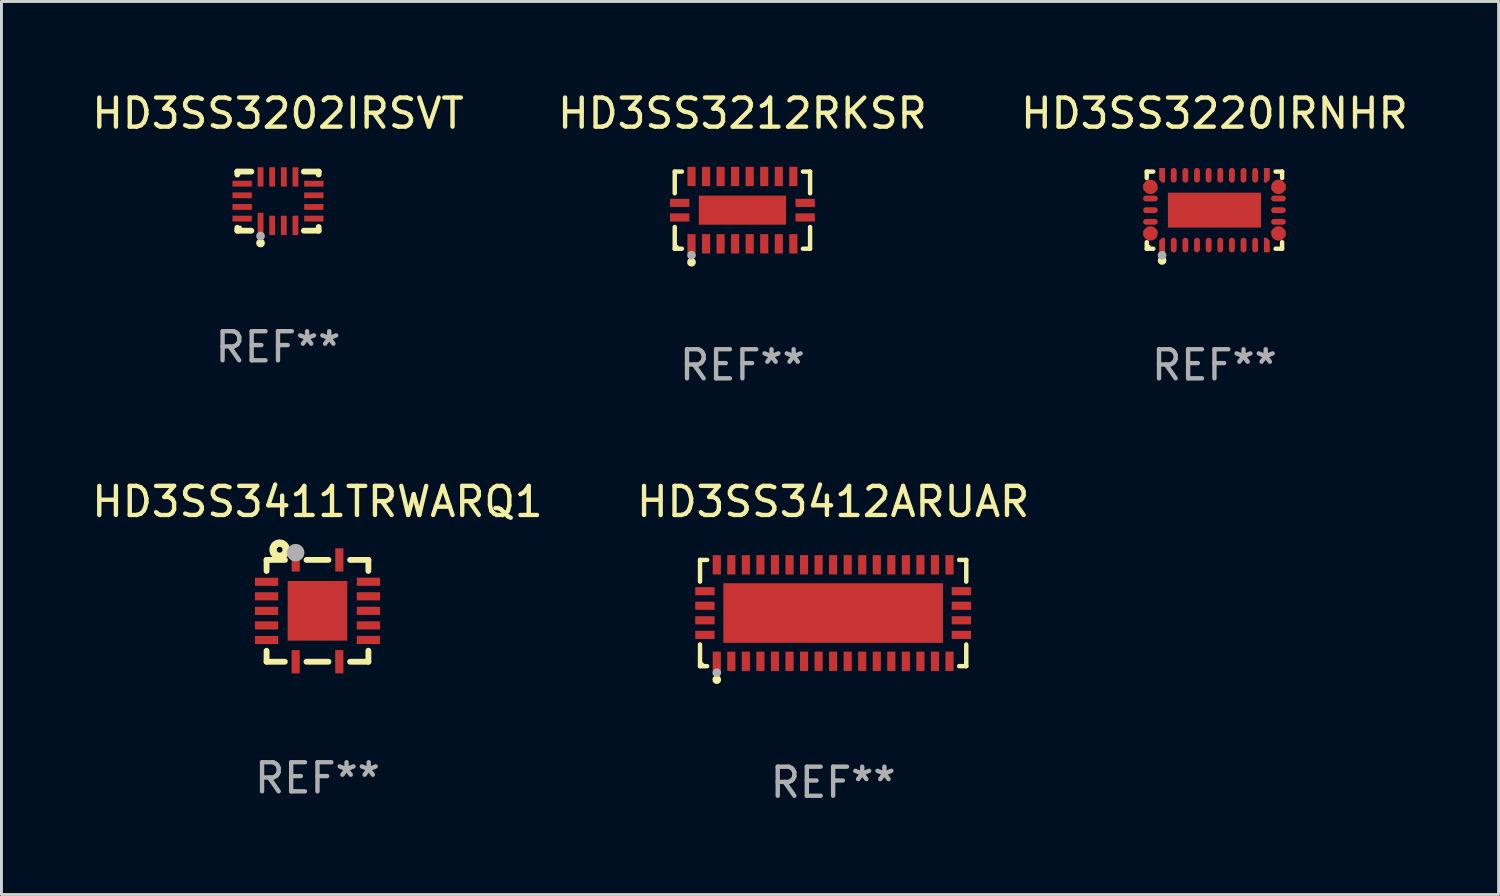
<source format=kicad_pcb>
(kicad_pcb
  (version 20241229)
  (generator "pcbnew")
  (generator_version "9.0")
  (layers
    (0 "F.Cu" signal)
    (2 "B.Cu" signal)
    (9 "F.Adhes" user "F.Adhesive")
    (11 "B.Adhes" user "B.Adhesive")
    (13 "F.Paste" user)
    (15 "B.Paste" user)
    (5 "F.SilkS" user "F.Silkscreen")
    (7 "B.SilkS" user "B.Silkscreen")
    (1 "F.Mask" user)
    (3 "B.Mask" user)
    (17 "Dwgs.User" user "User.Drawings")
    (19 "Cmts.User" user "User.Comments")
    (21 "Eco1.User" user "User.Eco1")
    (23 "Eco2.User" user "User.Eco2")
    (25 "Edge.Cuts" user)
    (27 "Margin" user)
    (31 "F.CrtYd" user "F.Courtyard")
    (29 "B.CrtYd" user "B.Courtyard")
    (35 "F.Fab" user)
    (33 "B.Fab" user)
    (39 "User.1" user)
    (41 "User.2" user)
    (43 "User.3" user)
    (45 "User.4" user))
  (footprint "HD3SS3220IRNHR"
    (layer "F.Cu")
    (at 38.696 4.174)
    (property "Reference" "HD3SS3220IRNHR" (at 0 -3.326 0) (layer "F.SilkS") (effects (font (size 1 1) (thickness 0.15))))
    (attr through_hole)
    (fp_line (start -2.326 -1.326) (end -2.103 -1.326) (stroke (width 0.152) (type solid)) (layer "F.SilkS"))
    (fp_line (start -2.326 -1.103) (end -2.326 -1.326) (stroke (width 0.152) (type solid)) (layer "F.SilkS"))
    (fp_line (start -2.326 1.103) (end -2.326 1.326) (stroke (width 0.152) (type solid)) (layer "F.SilkS"))
    (fp_line (start -2.326 1.326) (end -2.103 1.326) (stroke (width 0.152) (type solid)) (layer "F.SilkS"))
    (fp_line (start 2.326 -1.326) (end 2.103 -1.326) (stroke (width 0.152) (type solid)) (layer "F.SilkS"))
    (fp_line (start 2.326 -1.103) (end 2.326 -1.326) (stroke (width 0.152) (type solid)) (layer "F.SilkS"))
    (fp_line (start 2.326 1.103) (end 2.326 1.326) (stroke (width 0.152) (type solid)) (layer "F.SilkS"))
    (fp_line (start 2.326 1.326) (end 2.103 1.326) (stroke (width 0.152) (type solid)) (layer "F.SilkS"))
    (fp_circle (center -2.25 1.25) (end -2.22 1.25) (stroke (width 0.06) (type solid)) (fill no) (layer "F.SilkS"))
    (fp_circle (center -1.8 1.73) (end -1.725 1.73) (stroke (width 0.15) (type solid)) (fill no) (layer "F.SilkS"))
    (fp_circle (center -1.8 1.55) (end -1.725 1.55) (stroke (width 0.15) (type solid)) (fill no) (layer "F.Fab"))
    (fp_text user "REF**" (at 0 5.326 0) (layer "F.Fab") (effects (font (size 1 1) (thickness 0.15))))
    (pad "1" smd custom (at -1.8 1.2) (size 0.2 0.5) (layers "F.Cu" "F.Mask" "F.Paste") (options (anchor circle)) (primitives (gr_poly (pts (xy -0.1 0.25) (xy 0.1 0.25) (xy 0.1 -0.25) (xy 0.1 -0.25) (xy -0.000051 -0.25) (xy -0.1 -0.15)) (width 0) (fill yes))))
    (pad "2" smd oval (at -1.4 1.2) (size 0.2 0.505) (layers "F.Cu" "F.Mask" "F.Paste"))
    (pad "3" smd oval (at -1 1.2) (size 0.2 0.505) (layers "F.Cu" "F.Mask" "F.Paste"))
    (pad "4" smd oval (at -0.6 1.2) (size 0.2 0.505) (layers "F.Cu" "F.Mask" "F.Paste"))
    (pad "5" smd oval (at -0.2 1.2) (size 0.2 0.505) (layers "F.Cu" "F.Mask" "F.Paste"))
    (pad "6" smd oval (at 0.2 1.2) (size 0.2 0.505) (layers "F.Cu" "F.Mask" "F.Paste"))
    (pad "7" smd oval (at 0.6 1.2) (size 0.2 0.505) (layers "F.Cu" "F.Mask" "F.Paste"))
    (pad "8" smd oval (at 1 1.2) (size 0.2 0.505) (layers "F.Cu" "F.Mask" "F.Paste"))
    (pad "9" smd oval (at 1.4 1.2) (size 0.2 0.505) (layers "F.Cu" "F.Mask" "F.Paste"))
    (pad "10" smd custom (at 1.8 1.2) (size 0.2 0.5) (layers "F.Cu" "F.Mask" "F.Paste") (options (anchor circle)) (primitives (gr_poly (pts (xy 0.1 0.25) (xy -0.1 0.25) (xy -0.1 -0.25) (xy -0.1 -0.25) (xy 0 -0.25) (xy 0.1 -0.15)) (width 0) (fill yes))))
    (pad "11" smd custom (at 2.2 0.8) (size 0.5 0.2) (layers "F.Cu" "F.Mask" "F.Paste") (options (anchor circle)) (primitives (gr_poly (pts (xy 0.25 0.1) (xy 0.25 -0.1) (xy -0.25 -0.1) (xy -0.25 -0.1) (xy -0.25 0.000051) (xy -0.15 0.1)) (width 0) (fill yes))))
    (pad "12" smd oval (at 2.2 0.4) (size 0.505 0.2) (layers "F.Cu" "F.Mask" "F.Paste"))
    (pad "13" smd oval (at 2.2 0) (size 0.505 0.2) (layers "F.Cu" "F.Mask" "F.Paste"))
    (pad "14" smd oval (at 2.2 -0.4) (size 0.505 0.2) (layers "F.Cu" "F.Mask" "F.Paste"))
    (pad "15" smd custom (at 2.2 -0.8) (size 0.5 0.2) (layers "F.Cu" "F.Mask" "F.Paste") (options (anchor circle)) (primitives (gr_poly (pts (xy 0.25 -0.1) (xy 0.25 0.1) (xy -0.25 0.1) (xy -0.25 0.1) (xy -0.25 -0.000051) (xy -0.15 -0.1)) (width 0) (fill yes))))
    (pad "16" smd custom (at 1.8 -1.2) (size 0.2 0.5) (layers "F.Cu" "F.Mask" "F.Paste") (options (anchor circle)) (primitives (gr_poly (pts (xy 0.1 -0.25) (xy -0.1 -0.25) (xy -0.1 0.25) (xy -0.1 0.25) (xy 0.000051 0.25) (xy 0.1 0.15)) (width 0) (fill yes))))
    (pad "17" smd oval (at 1.4 -1.2) (size 0.2 0.505) (layers "F.Cu" "F.Mask" "F.Paste"))
    (pad "18" smd oval (at 1 -1.2) (size 0.2 0.505) (layers "F.Cu" "F.Mask" "F.Paste"))
    (pad "19" smd oval (at 0.6 -1.2) (size 0.2 0.505) (layers "F.Cu" "F.Mask" "F.Paste"))
    (pad "20" smd oval (at 0.2 -1.2) (size 0.2 0.505) (layers "F.Cu" "F.Mask" "F.Paste"))
    (pad "21" smd oval (at -0.2 -1.2) (size 0.2 0.505) (layers "F.Cu" "F.Mask" "F.Paste"))
    (pad "22" smd oval (at -0.6 -1.2) (size 0.2 0.505) (layers "F.Cu" "F.Mask" "F.Paste"))
    (pad "23" smd oval (at -1 -1.2) (size 0.2 0.505) (layers "F.Cu" "F.Mask" "F.Paste"))
    (pad "24" smd oval (at -1.4 -1.2) (size 0.2 0.505) (layers "F.Cu" "F.Mask" "F.Paste"))
    (pad "25" smd custom (at -1.8 -1.2) (size 0.2 0.5) (layers "F.Cu" "F.Mask" "F.Paste") (options (anchor circle)) (primitives (gr_poly (pts (xy -0.1 -0.25) (xy 0.1 -0.25) (xy 0.1 0.25) (xy 0.1 0.25) (xy -0.000051 0.25) (xy -0.1 0.15)) (width 0) (fill yes))))
    (pad "26" smd custom (at -2.2 -0.8) (size 0.5 0.2) (layers "F.Cu" "F.Mask" "F.Paste") (options (anchor circle)) (primitives (gr_poly (pts (xy -0.25 -0.1) (xy -0.25 0.1) (xy 0.25 0.1) (xy 0.25 0.1) (xy 0.25 0.000051) (xy 0.15 -0.1)) (width 0) (fill yes))))
    (pad "27" smd oval (at -2.2 -0.4) (size 0.505 0.2) (layers "F.Cu" "F.Mask" "F.Paste"))
    (pad "28" smd oval (at -2.2 0) (size 0.505 0.2) (layers "F.Cu" "F.Mask" "F.Paste"))
    (pad "29" smd oval (at -2.2 0.4) (size 0.505 0.2) (layers "F.Cu" "F.Mask" "F.Paste"))
    (pad "30" smd custom (at -2.2 0.8) (size 0.5 0.2) (layers "F.Cu" "F.Mask" "F.Paste") (options (anchor circle)) (primitives (gr_poly (pts (xy -0.25 0.1) (xy -0.25 -0.1) (xy 0.25 -0.1) (xy 0.25 -0.1) (xy 0.25 0.000076) (xy 0.15 0.1)) (width 0) (fill yes))))
    (pad "31" smd rect (at 0 0) (size 3.2 1.2) (layers "F.Cu" "F.Mask" "F.Paste")))
  (footprint "HD3SS3202IRSVT"
    (layer "F.Cu")
    (at 6.506 3.864)
    (property "Reference" "HD3SS3202IRSVT" (at 0 -3.016 0) (layer "F.SilkS") (effects (font (size 1 1) (thickness 0.15))))
    (attr through_hole)
    (fp_line (start -1.397 -1.016) (end -1.397 -0.916) (stroke (width 0.2) (type solid)) (layer "F.SilkS"))
    (fp_line (start -1.397 0.916) (end -1.397 1.016) (stroke (width 0.2) (type solid)) (layer "F.SilkS"))
    (fp_line (start -1.397 1.016) (end -0.916 1.016) (stroke (width 0.2) (type solid)) (layer "F.SilkS"))
    (fp_line (start -0.916 -1.016) (end -1.397 -1.016) (stroke (width 0.2) (type solid)) (layer "F.SilkS"))
    (fp_line (start 0.889 -1.016) (end 1.397 -1.016) (stroke (width 0.2) (type solid)) (layer "F.SilkS"))
    (fp_line (start 1.397 -1.016) (end 1.397 -0.916) (stroke (width 0.2) (type solid)) (layer "F.SilkS"))
    (fp_line (start 1.397 0.889) (end 1.397 1.016) (stroke (width 0.2) (type solid)) (layer "F.SilkS"))
    (fp_line (start 1.397 1.016) (end 0.889 1.016) (stroke (width 0.2) (type solid)) (layer "F.SilkS"))
    (fp_circle (center -1.3 0.9) (end -1.27 0.9) (stroke (width 0.06) (type solid)) (fill no) (layer "F.SilkS"))
    (fp_circle (center -0.6 1.44) (end -0.525 1.44) (stroke (width 0.15) (type solid)) (fill no) (layer "F.SilkS"))
    (fp_circle (center -0.6 1.2) (end -0.525 1.2) (stroke (width 0.15) (type solid)) (fill no) (layer "F.Fab"))
    (fp_text user "REF**" (at 0 5.016 0) (layer "F.Fab") (effects (font (size 1 1) (thickness 0.15))))
    (pad "1" smd rect (at -0.6 0.782) (size 0.2 0.765) (layers "F.Cu" "F.Mask" "F.Paste"))
    (pad "2" smd rect (at -0.2 0.833) (size 0.2 0.665) (layers "F.Cu" "F.Mask" "F.Paste"))
    (pad "3" smd rect (at 0.2 0.833) (size 0.2 0.665) (layers "F.Cu" "F.Mask" "F.Paste"))
    (pad "4" smd rect (at 0.6 0.833) (size 0.2 0.665) (layers "F.Cu" "F.Mask" "F.Paste"))
    (pad "5" smd rect (at 1.232 0.6) (size 0.665 0.2) (layers "F.Cu" "F.Mask" "F.Paste"))
    (pad "6" smd rect (at 1.232 0.2) (size 0.665 0.2) (layers "F.Cu" "F.Mask" "F.Paste"))
    (pad "7" smd rect (at 1.232 -0.2) (size 0.665 0.2) (layers "F.Cu" "F.Mask" "F.Paste"))
    (pad "8" smd rect (at 1.232 -0.6) (size 0.665 0.2) (layers "F.Cu" "F.Mask" "F.Paste"))
    (pad "9" smd rect (at 0.6 -0.833) (size 0.2 0.665) (layers "F.Cu" "F.Mask" "F.Paste"))
    (pad "10" smd rect (at 0.2 -0.833) (size 0.2 0.665) (layers "F.Cu" "F.Mask" "F.Paste"))
    (pad "11" smd rect (at -0.2 -0.833) (size 0.2 0.665) (layers "F.Cu" "F.Mask" "F.Paste"))
    (pad "12" smd rect (at -0.6 -0.833) (size 0.2 0.665) (layers "F.Cu" "F.Mask" "F.Paste"))
    (pad "13" smd rect (at -1.232 -0.6) (size 0.665 0.2) (layers "F.Cu" "F.Mask" "F.Paste"))
    (pad "14" smd rect (at -1.232 -0.2) (size 0.665 0.2) (layers "F.Cu" "F.Mask" "F.Paste"))
    (pad "15" smd rect (at -1.232 0.2) (size 0.665 0.2) (layers "F.Cu" "F.Mask" "F.Paste"))
    (pad "16" smd rect (at -1.232 0.6) (size 0.665 0.2) (layers "F.Cu" "F.Mask" "F.Paste")))
  (footprint "HD3SS3411TRWARQ1"
    (layer "F.Cu")
    (at 7.863 17.947)
    (property "Reference" "HD3SS3411TRWARQ1" (at 0 -3.75 0) (layer "F.SilkS") (effects (font (size 1 1) (thickness 0.15))))
    (attr through_hole)
    (fp_line (start -1.75 -1.75) (end -1.75 -1.37) (stroke (width 0.2) (type solid)) (layer "F.SilkS"))
    (fp_line (start -1.75 1.373) (end -1.75 1.75) (stroke (width 0.2) (type solid)) (layer "F.SilkS"))
    (fp_line (start -1.75 1.75) (end -1.121 1.75) (stroke (width 0.2) (type solid)) (layer "F.SilkS"))
    (fp_line (start -1.119 -1.75) (end -1.75 -1.75) (stroke (width 0.2) (type solid)) (layer "F.SilkS"))
    (fp_line (start -0.379 1.75) (end 0.379 1.75) (stroke (width 0.2) (type solid)) (layer "F.SilkS"))
    (fp_line (start 0.379 -1.75) (end -0.377 -1.75) (stroke (width 0.2) (type solid)) (layer "F.SilkS"))
    (fp_line (start 1.121 1.75) (end 1.75 1.75) (stroke (width 0.2) (type solid)) (layer "F.SilkS"))
    (fp_line (start 1.75 -1.75) (end 1.121 -1.75) (stroke (width 0.2) (type solid)) (layer "F.SilkS"))
    (fp_line (start 1.75 -1.371) (end 1.75 -1.75) (stroke (width 0.2) (type solid)) (layer "F.SilkS"))
    (fp_line (start 1.75 1.75) (end 1.75 1.371) (stroke (width 0.2) (type solid)) (layer "F.SilkS"))
    (fp_circle (center -1.75 -1.75) (end -1.72 -1.75) (stroke (width 0.06) (type solid)) (fill no) (layer "F.SilkS"))
    (fp_circle (center -1.3 -2.1) (end -1.2 -2.1) (stroke (width 0.254) (type solid)) (fill no) (layer "F.SilkS"))
    (fp_circle (center -0.75 -2) (end -0.6 -2) (stroke (width 0.3) (type solid)) (fill no) (layer "F.Fab"))
    (fp_text user "REF**" (at 0 5.75 0) (layer "F.Fab") (effects (font (size 1 1) (thickness 0.15))))
    (pad "1" smd rect (at -0.748 -1.75) (size 0.28 0.8) (layers "F.Cu" "F.Mask" "F.Paste"))
    (pad "2" smd rect (at -1.75 -0.998) (size 0.8 0.28) (layers "F.Cu" "F.Mask" "F.Paste"))
    (pad "3" smd rect (at -1.75 -0.499) (size 0.8 0.28) (layers "F.Cu" "F.Mask" "F.Paste"))
    (pad "4" smd rect (at -1.75 0.002) (size 0.8 0.28) (layers "F.Cu" "F.Mask" "F.Paste"))
    (pad "5" smd rect (at -1.75 0.501) (size 0.8 0.28) (layers "F.Cu" "F.Mask" "F.Paste"))
    (pad "6" smd rect (at -1.75 1.002) (size 0.8 0.28) (layers "F.Cu" "F.Mask" "F.Paste"))
    (pad "7" smd rect (at -0.75 1.75) (size 0.28 0.8) (layers "F.Cu" "F.Mask" "F.Paste"))
    (pad "8" smd rect (at 0.75 1.75) (size 0.28 0.8) (layers "F.Cu" "F.Mask" "F.Paste"))
    (pad "9" smd rect (at 1.75 1) (size 0.8 0.28) (layers "F.Cu" "F.Mask" "F.Paste"))
    (pad "10" smd rect (at 1.75 0.5) (size 0.8 0.28) (layers "F.Cu" "F.Mask" "F.Paste"))
    (pad "11" smd rect (at 1.75 0.000025) (size 0.8 0.28) (layers "F.Cu" "F.Mask" "F.Paste"))
    (pad "12" smd rect (at 1.75 -0.5) (size 0.8 0.28) (layers "F.Cu" "F.Mask" "F.Paste"))
    (pad "13" smd rect (at 1.75 -1) (size 0.8 0.28) (layers "F.Cu" "F.Mask" "F.Paste"))
    (pad "14" smd rect (at 0.75 -1.75) (size 0.28 0.8) (layers "F.Cu" "F.Mask" "F.Paste"))
    (pad "15" smd rect (at 0 0.000025) (size 2.05 2.05) (layers "F.Cu" "F.Mask" "F.Paste")))
  (footprint "HD3SS3212RKSR"
    (layer "F.Cu")
    (at 22.47 4.174)
    (property "Reference" "HD3SS3212RKSR" (at 0 -3.326 0) (layer "F.SilkS") (effects (font (size 1 1) (thickness 0.15))))
    (attr through_hole)
    (fp_line (start -2.326 -1.326) (end -2.08 -1.326) (stroke (width 0.152) (type solid)) (layer "F.SilkS"))
    (fp_line (start -2.326 -0.58) (end -2.326 -1.326) (stroke (width 0.152) (type solid)) (layer "F.SilkS"))
    (fp_line (start -2.326 0.58) (end -2.326 1.326) (stroke (width 0.152) (type solid)) (layer "F.SilkS"))
    (fp_line (start -2.326 1.326) (end -2.08 1.326) (stroke (width 0.152) (type solid)) (layer "F.SilkS"))
    (fp_line (start 2.326 -1.326) (end 2.08 -1.326) (stroke (width 0.152) (type solid)) (layer "F.SilkS"))
    (fp_line (start 2.326 -0.58) (end 2.326 -1.326) (stroke (width 0.152) (type solid)) (layer "F.SilkS"))
    (fp_line (start 2.326 0.58) (end 2.326 1.326) (stroke (width 0.152) (type solid)) (layer "F.SilkS"))
    (fp_line (start 2.326 1.326) (end 2.08 1.326) (stroke (width 0.152) (type solid)) (layer "F.SilkS"))
    (fp_circle (center -2.25 1.25) (end -2.22 1.25) (stroke (width 0.06) (type solid)) (fill no) (layer "F.SilkS"))
    (fp_circle (center -1.75 1.79) (end -1.675 1.79) (stroke (width 0.15) (type solid)) (fill no) (layer "F.SilkS"))
    (fp_circle (center -1.75 1.55) (end -1.675 1.55) (stroke (width 0.15) (type solid)) (fill no) (layer "F.Fab"))
    (fp_text user "REF**" (at 0 5.326 0) (layer "F.Fab") (effects (font (size 1 1) (thickness 0.15))))
    (pad "1" smd rect (at -1.75 1.157) (size 0.28 0.665) (layers "F.Cu" "F.Mask" "F.Paste"))
    (pad "2" smd rect (at -1.25 1.157) (size 0.28 0.665) (layers "F.Cu" "F.Mask" "F.Paste"))
    (pad "3" smd rect (at -0.75 1.157) (size 0.28 0.665) (layers "F.Cu" "F.Mask" "F.Paste"))
    (pad "4" smd rect (at -0.25 1.157) (size 0.28 0.665) (layers "F.Cu" "F.Mask" "F.Paste"))
    (pad "5" smd rect (at 0.25 1.157) (size 0.28 0.665) (layers "F.Cu" "F.Mask" "F.Paste"))
    (pad "6" smd rect (at 0.75 1.157) (size 0.28 0.665) (layers "F.Cu" "F.Mask" "F.Paste"))
    (pad "7" smd rect (at 1.25 1.157) (size 0.28 0.665) (layers "F.Cu" "F.Mask" "F.Paste"))
    (pad "8" smd rect (at 1.75 1.157) (size 0.28 0.665) (layers "F.Cu" "F.Mask" "F.Paste"))
    (pad "9" smd rect (at 2.157 0.25) (size 0.665 0.28) (layers "F.Cu" "F.Mask" "F.Paste"))
    (pad "10" smd rect (at 2.157 -0.25) (size 0.665 0.28) (layers "F.Cu" "F.Mask" "F.Paste"))
    (pad "11" smd rect (at 1.75 -1.157) (size 0.28 0.665) (layers "F.Cu" "F.Mask" "F.Paste"))
    (pad "12" smd rect (at 1.25 -1.157) (size 0.28 0.665) (layers "F.Cu" "F.Mask" "F.Paste"))
    (pad "13" smd rect (at 0.75 -1.157) (size 0.28 0.665) (layers "F.Cu" "F.Mask" "F.Paste"))
    (pad "14" smd rect (at 0.25 -1.157) (size 0.28 0.665) (layers "F.Cu" "F.Mask" "F.Paste"))
    (pad "15" smd rect (at -0.25 -1.157) (size 0.28 0.665) (layers "F.Cu" "F.Mask" "F.Paste"))
    (pad "16" smd rect (at -0.75 -1.157) (size 0.28 0.665) (layers "F.Cu" "F.Mask" "F.Paste"))
    (pad "17" smd rect (at -1.25 -1.157) (size 0.28 0.665) (layers "F.Cu" "F.Mask" "F.Paste"))
    (pad "18" smd rect (at -1.75 -1.157) (size 0.28 0.665) (layers "F.Cu" "F.Mask" "F.Paste"))
    (pad "19" smd rect (at -2.157 -0.25) (size 0.665 0.28) (layers "F.Cu" "F.Mask" "F.Paste"))
    (pad "20" smd rect (at -2.157 0.25) (size 0.665 0.28) (layers "F.Cu" "F.Mask" "F.Paste"))
    (pad "21" smd rect (at 0 0) (size 3 1) (layers "F.Cu" "F.Mask" "F.Paste")))
  (footprint "HD3SS3412ARUAR"
    (layer "F.Cu")
    (at 25.589 18.023)
    (property "Reference" "HD3SS3412ARUAR" (at 0 -3.826 0) (layer "F.SilkS") (effects (font (size 1 1) (thickness 0.15))))
    (attr through_hole)
    (fp_line (start -4.576 -1.826) (end -4.331 -1.826) (stroke (width 0.152) (type solid)) (layer "F.SilkS"))
    (fp_line (start -4.576 -1.08) (end -4.576 -1.826) (stroke (width 0.152) (type solid)) (layer "F.SilkS"))
    (fp_line (start -4.576 1.08) (end -4.576 1.826) (stroke (width 0.152) (type solid)) (layer "F.SilkS"))
    (fp_line (start -4.576 1.826) (end -4.331 1.826) (stroke (width 0.152) (type solid)) (layer "F.SilkS"))
    (fp_line (start 4.576 -1.826) (end 4.331 -1.826) (stroke (width 0.152) (type solid)) (layer "F.SilkS"))
    (fp_line (start 4.576 -1.08) (end 4.576 -1.826) (stroke (width 0.152) (type solid)) (layer "F.SilkS"))
    (fp_line (start 4.576 1.08) (end 4.576 1.826) (stroke (width 0.152) (type solid)) (layer "F.SilkS"))
    (fp_line (start 4.576 1.826) (end 4.331 1.826) (stroke (width 0.152) (type solid)) (layer "F.SilkS"))
    (fp_circle (center -4.5 1.75) (end -4.47 1.75) (stroke (width 0.06) (type solid)) (fill no) (layer "F.SilkS"))
    (fp_circle (center -4 2.29) (end -3.925 2.29) (stroke (width 0.15) (type solid)) (fill no) (layer "F.SilkS"))
    (fp_circle (center -4 2.05) (end -3.925 2.05) (stroke (width 0.15) (type solid)) (fill no) (layer "F.Fab"))
    (fp_text user "REF**" (at 0 5.826 0) (layer "F.Fab") (effects (font (size 1 1) (thickness 0.15))))
    (pad "1" smd rect (at -4 1.658) (size 0.28 0.665) (layers "F.Cu" "F.Mask" "F.Paste"))
    (pad "2" smd rect (at -3.5 1.658) (size 0.28 0.665) (layers "F.Cu" "F.Mask" "F.Paste"))
    (pad "3" smd rect (at -3 1.658) (size 0.28 0.665) (layers "F.Cu" "F.Mask" "F.Paste"))
    (pad "4" smd rect (at -2.5 1.658) (size 0.28 0.665) (layers "F.Cu" "F.Mask" "F.Paste"))
    (pad "5" smd rect (at -2 1.658) (size 0.28 0.665) (layers "F.Cu" "F.Mask" "F.Paste"))
    (pad "6" smd rect (at -1.5 1.658) (size 0.28 0.665) (layers "F.Cu" "F.Mask" "F.Paste"))
    (pad "7" smd rect (at -1 1.658) (size 0.28 0.665) (layers "F.Cu" "F.Mask" "F.Paste"))
    (pad "8" smd rect (at -0.5 1.658) (size 0.28 0.665) (layers "F.Cu" "F.Mask" "F.Paste"))
    (pad "9" smd rect (at 0 1.658) (size 0.28 0.665) (layers "F.Cu" "F.Mask" "F.Paste"))
    (pad "10" smd rect (at 0.5 1.658) (size 0.28 0.665) (layers "F.Cu" "F.Mask" "F.Paste"))
    (pad "11" smd rect (at 1 1.658) (size 0.28 0.665) (layers "F.Cu" "F.Mask" "F.Paste"))
    (pad "12" smd rect (at 1.5 1.658) (size 0.28 0.665) (layers "F.Cu" "F.Mask" "F.Paste"))
    (pad "13" smd rect (at 2 1.658) (size 0.28 0.665) (layers "F.Cu" "F.Mask" "F.Paste"))
    (pad "14" smd rect (at 2.5 1.658) (size 0.28 0.665) (layers "F.Cu" "F.Mask" "F.Paste"))
    (pad "15" smd rect (at 3 1.658) (size 0.28 0.665) (layers "F.Cu" "F.Mask" "F.Paste"))
    (pad "16" smd rect (at 3.5 1.658) (size 0.28 0.665) (layers "F.Cu" "F.Mask" "F.Paste"))
    (pad "17" smd rect (at 4 1.658) (size 0.28 0.665) (layers "F.Cu" "F.Mask" "F.Paste"))
    (pad "18" smd rect (at 4.408 0.75) (size 0.665 0.28) (layers "F.Cu" "F.Mask" "F.Paste"))
    (pad "19" smd rect (at 4.408 0.25) (size 0.665 0.28) (layers "F.Cu" "F.Mask" "F.Paste"))
    (pad "20" smd rect (at 4.408 -0.25) (size 0.665 0.28) (layers "F.Cu" "F.Mask" "F.Paste"))
    (pad "21" smd rect (at 4.408 -0.75) (size 0.665 0.28) (layers "F.Cu" "F.Mask" "F.Paste"))
    (pad "22" smd rect (at 4 -1.658) (size 0.28 0.665) (layers "F.Cu" "F.Mask" "F.Paste"))
    (pad "23" smd rect (at 3.5 -1.658) (size 0.28 0.665) (layers "F.Cu" "F.Mask" "F.Paste"))
    (pad "24" smd rect (at 3 -1.658) (size 0.28 0.665) (layers "F.Cu" "F.Mask" "F.Paste"))
    (pad "25" smd rect (at 2.5 -1.658) (size 0.28 0.665) (layers "F.Cu" "F.Mask" "F.Paste"))
    (pad "26" smd rect (at 2 -1.658) (size 0.28 0.665) (layers "F.Cu" "F.Mask" "F.Paste"))
    (pad "27" smd rect (at 1.5 -1.658) (size 0.28 0.665) (layers "F.Cu" "F.Mask" "F.Paste"))
    (pad "28" smd rect (at 1 -1.658) (size 0.28 0.665) (layers "F.Cu" "F.Mask" "F.Paste"))
    (pad "29" smd rect (at 0.5 -1.658) (size 0.28 0.665) (layers "F.Cu" "F.Mask" "F.Paste"))
    (pad "30" smd rect (at 0 -1.658) (size 0.28 0.665) (layers "F.Cu" "F.Mask" "F.Paste"))
    (pad "31" smd rect (at -0.5 -1.658) (size 0.28 0.665) (layers "F.Cu" "F.Mask" "F.Paste"))
    (pad "32" smd rect (at -1 -1.658) (size 0.28 0.665) (layers "F.Cu" "F.Mask" "F.Paste"))
    (pad "33" smd rect (at -1.5 -1.658) (size 0.28 0.665) (layers "F.Cu" "F.Mask" "F.Paste"))
    (pad "34" smd rect (at -2 -1.658) (size 0.28 0.665) (layers "F.Cu" "F.Mask" "F.Paste"))
    (pad "35" smd rect (at -2.5 -1.658) (size 0.28 0.665) (layers "F.Cu" "F.Mask" "F.Paste"))
    (pad "36" smd rect (at -3 -1.658) (size 0.28 0.665) (layers "F.Cu" "F.Mask" "F.Paste"))
    (pad "37" smd rect (at -3.5 -1.658) (size 0.28 0.665) (layers "F.Cu" "F.Mask" "F.Paste"))
    (pad "38" smd rect (at -4 -1.658) (size 0.28 0.665) (layers "F.Cu" "F.Mask" "F.Paste"))
    (pad "39" smd rect (at -4.408 -0.75) (size 0.665 0.28) (layers "F.Cu" "F.Mask" "F.Paste"))
    (pad "40" smd rect (at -4.408 -0.25) (size 0.665 0.28) (layers "F.Cu" "F.Mask" "F.Paste"))
    (pad "41" smd rect (at -4.408 0.25) (size 0.665 0.28) (layers "F.Cu" "F.Mask" "F.Paste"))
    (pad "42" smd rect (at -4.408 0.75) (size 0.665 0.28) (layers "F.Cu" "F.Mask" "F.Paste"))
    (pad "43" smd rect (at 0 0) (size 7.55 2.05) (layers "F.Cu" "F.Mask" "F.Paste")))
  (gr_rect
    (start -3 -3)
    (end 48.464 27.698)
    (stroke (width 0.1) (type default))
    (fill no)
    (layer "Edge.Cuts")))
</source>
